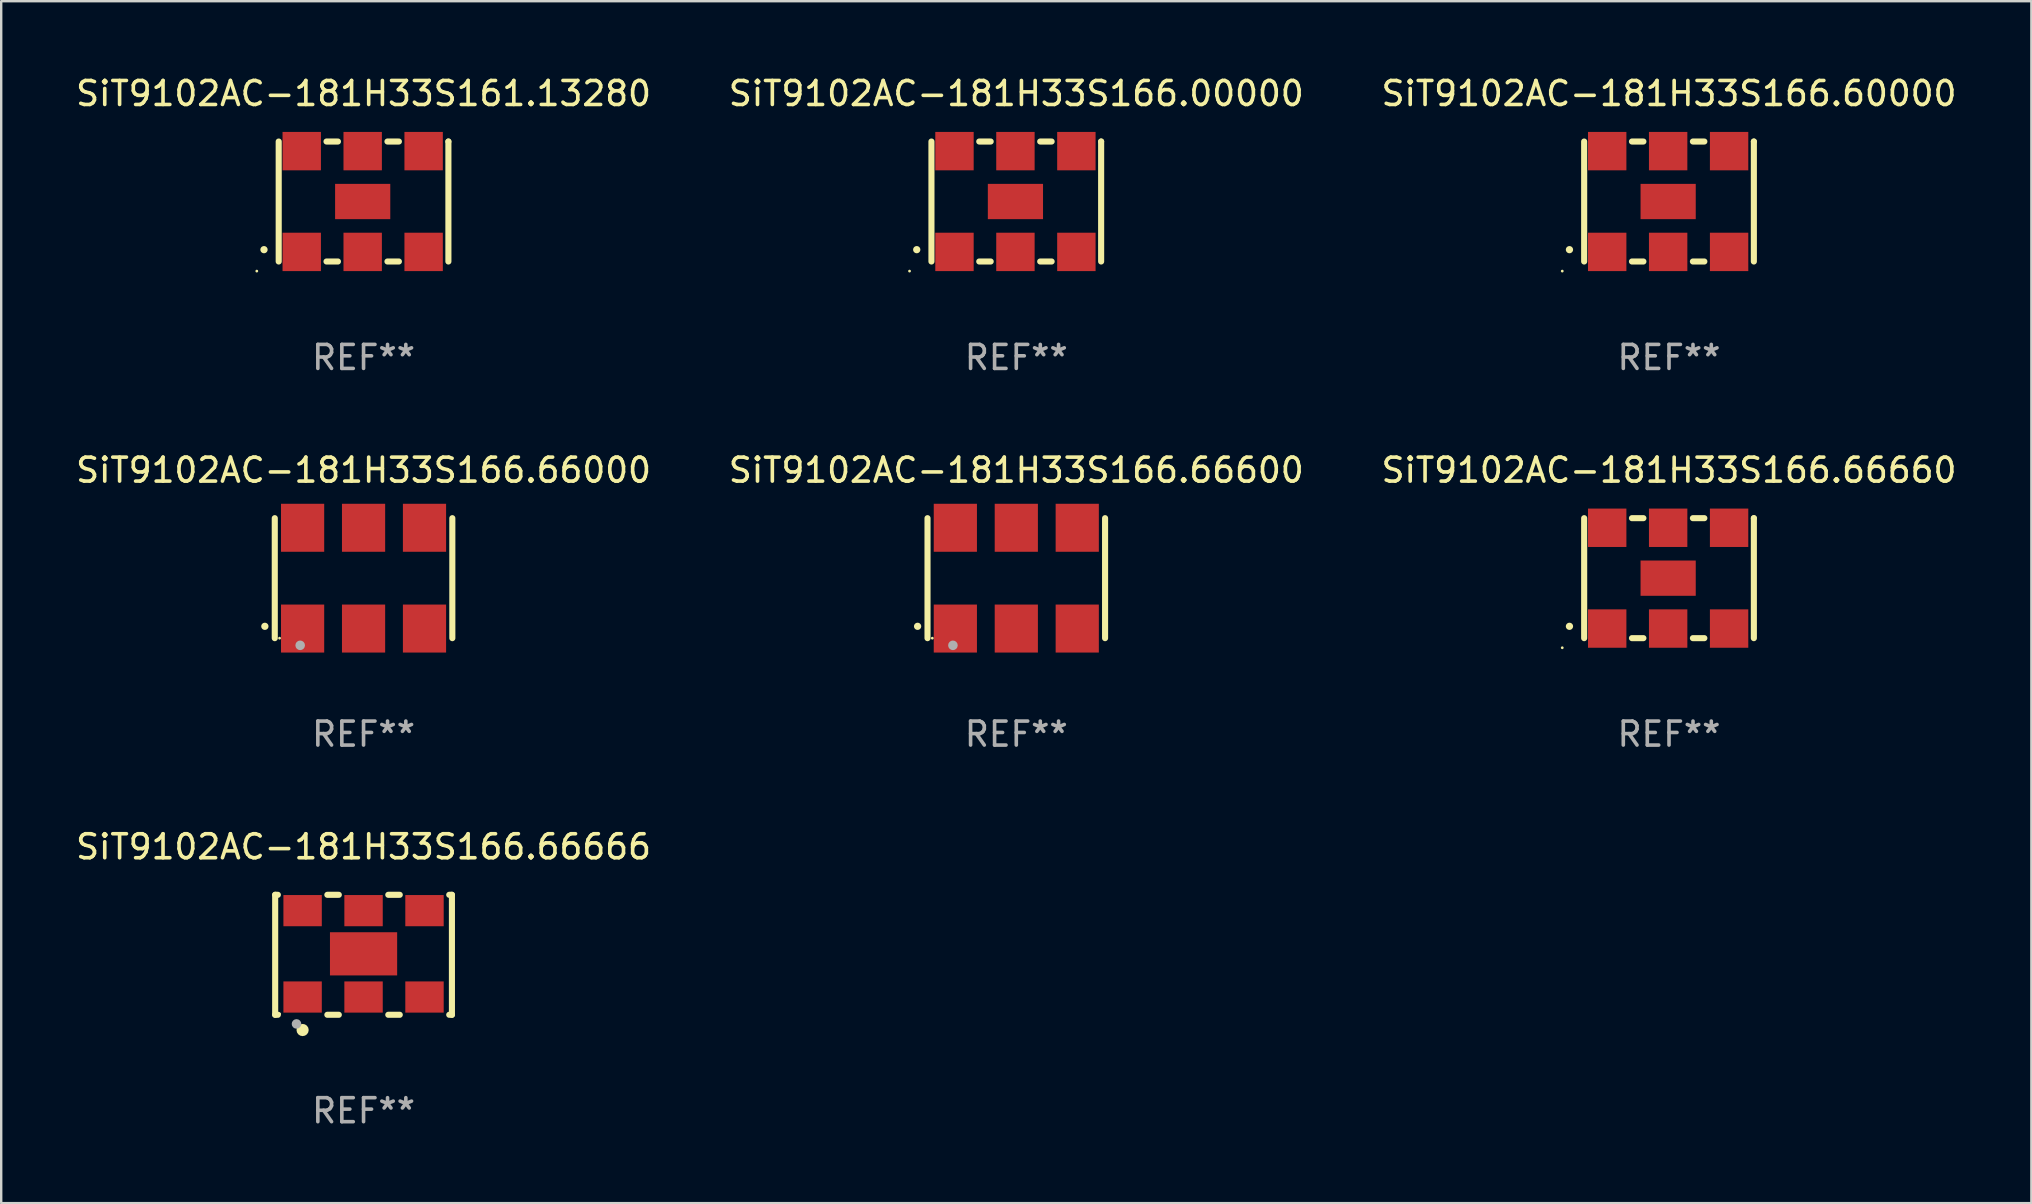
<source format=kicad_pcb>
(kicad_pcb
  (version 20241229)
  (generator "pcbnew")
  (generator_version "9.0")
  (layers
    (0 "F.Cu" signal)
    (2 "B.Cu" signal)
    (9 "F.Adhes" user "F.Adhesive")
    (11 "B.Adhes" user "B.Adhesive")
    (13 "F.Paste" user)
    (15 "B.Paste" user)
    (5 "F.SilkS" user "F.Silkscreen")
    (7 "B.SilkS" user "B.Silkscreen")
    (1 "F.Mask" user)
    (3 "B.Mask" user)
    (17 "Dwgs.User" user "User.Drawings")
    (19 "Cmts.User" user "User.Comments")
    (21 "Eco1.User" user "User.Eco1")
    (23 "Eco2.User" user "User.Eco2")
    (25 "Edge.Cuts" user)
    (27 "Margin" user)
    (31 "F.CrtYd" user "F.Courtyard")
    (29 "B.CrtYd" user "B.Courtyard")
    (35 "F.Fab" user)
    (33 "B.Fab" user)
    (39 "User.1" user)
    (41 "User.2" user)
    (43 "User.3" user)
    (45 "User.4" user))
  (footprint "SiT9102AC-181H33S161.13280"
    (layer "F.Cu")
    (at 12.101 5.348)
    (property "Reference" "SiT9102AC-181H33S161.13280" (at 0 -4.5 0) (layer "F.SilkS") (effects (font (size 1 1) (thickness 0.15))))
    (attr through_hole)
    (fp_line (start -3.536 -2.5) (end -3.536 2.5) (stroke (width 0.254) (type solid)) (layer "F.SilkS"))
    (fp_line (start -1.544 2.5) (end -1.067 2.5) (stroke (width 0.254) (type solid)) (layer "F.SilkS"))
    (fp_line (start -1.067 -2.5) (end -1.544 -2.5) (stroke (width 0.254) (type solid)) (layer "F.SilkS"))
    (fp_line (start 0.996 2.5) (end 1.473 2.5) (stroke (width 0.254) (type solid)) (layer "F.SilkS"))
    (fp_line (start 1.473 -2.5) (end 0.996 -2.5) (stroke (width 0.254) (type solid)) (layer "F.SilkS"))
    (fp_line (start 3.536 -2.5) (end 3.536 -2.5) (stroke (width 0.254) (type solid)) (layer "F.SilkS"))
    (fp_line (start 3.536 2.5) (end 3.536 -2.5) (stroke (width 0.254) (type solid)) (layer "F.SilkS"))
    (fp_arc (start -4.150432 2.006604) (mid -4.149162 2.006599) (end -4.147892 2.006604) (stroke (width 0.3) (type solid)) (layer "F.SilkS"))
    (fp_circle (center -4.449 2.9) (end -4.419 2.9) (stroke (width 0.06) (type solid)) (fill no) (layer "F.SilkS"))
    (fp_text user "REF**" (at 0 6.5 0) (layer "F.Fab") (effects (font (size 1 1) (thickness 0.15))))
    (pad "1" smd rect (at -2.576 2.1) (size 1.6 1.6) (layers "F.Cu" "F.Mask" "F.Paste"))
    (pad "2" smd rect (at -0.036 2.1) (size 1.6 1.6) (layers "F.Cu" "F.Mask" "F.Paste"))
    (pad "3" smd rect (at 2.504 2.1) (size 1.6 1.6) (layers "F.Cu" "F.Mask" "F.Paste"))
    (pad "4" smd rect (at 2.504 -2.1) (size 1.6 1.6) (layers "F.Cu" "F.Mask" "F.Paste"))
    (pad "5" smd rect (at -0.036 -2.1) (size 1.6 1.6) (layers "F.Cu" "F.Mask" "F.Paste"))
    (pad "6" smd rect (at -2.576 -2.1) (size 1.6 1.6) (layers "F.Cu" "F.Mask" "F.Paste"))
    (pad "7" smd rect (at -0.036 0) (size 2.3 1.47) (layers "F.Cu" "F.Mask" "F.Paste")))
  (footprint "SiT9102AC-181H33S166.60000"
    (layer "F.Cu")
    (at 66.506 5.348)
    (property "Reference" "SiT9102AC-181H33S166.60000" (at 0 -4.5 0) (layer "F.SilkS") (effects (font (size 1 1) (thickness 0.15))))
    (attr through_hole)
    (fp_line (start -3.536 -2.5) (end -3.536 2.5) (stroke (width 0.254) (type solid)) (layer "F.SilkS"))
    (fp_line (start -1.544 2.5) (end -1.067 2.5) (stroke (width 0.254) (type solid)) (layer "F.SilkS"))
    (fp_line (start -1.067 -2.5) (end -1.544 -2.5) (stroke (width 0.254) (type solid)) (layer "F.SilkS"))
    (fp_line (start 0.996 2.5) (end 1.473 2.5) (stroke (width 0.254) (type solid)) (layer "F.SilkS"))
    (fp_line (start 1.473 -2.5) (end 0.996 -2.5) (stroke (width 0.254) (type solid)) (layer "F.SilkS"))
    (fp_line (start 3.536 -2.5) (end 3.536 -2.5) (stroke (width 0.254) (type solid)) (layer "F.SilkS"))
    (fp_line (start 3.536 2.5) (end 3.536 -2.5) (stroke (width 0.254) (type solid)) (layer "F.SilkS"))
    (fp_arc (start -4.150432 2.006604) (mid -4.149162 2.006599) (end -4.147892 2.006604) (stroke (width 0.3) (type solid)) (layer "F.SilkS"))
    (fp_circle (center -4.449 2.9) (end -4.419 2.9) (stroke (width 0.06) (type solid)) (fill no) (layer "F.SilkS"))
    (fp_text user "REF**" (at 0 6.5 0) (layer "F.Fab") (effects (font (size 1 1) (thickness 0.15))))
    (pad "1" smd rect (at -2.576 2.1) (size 1.6 1.6) (layers "F.Cu" "F.Mask" "F.Paste"))
    (pad "2" smd rect (at -0.036 2.1) (size 1.6 1.6) (layers "F.Cu" "F.Mask" "F.Paste"))
    (pad "3" smd rect (at 2.504 2.1) (size 1.6 1.6) (layers "F.Cu" "F.Mask" "F.Paste"))
    (pad "4" smd rect (at 2.504 -2.1) (size 1.6 1.6) (layers "F.Cu" "F.Mask" "F.Paste"))
    (pad "5" smd rect (at -0.036 -2.1) (size 1.6 1.6) (layers "F.Cu" "F.Mask" "F.Paste"))
    (pad "6" smd rect (at -2.576 -2.1) (size 1.6 1.6) (layers "F.Cu" "F.Mask" "F.Paste"))
    (pad "7" smd rect (at -0.036 0) (size 2.3 1.47) (layers "F.Cu" "F.Mask" "F.Paste")))
  (footprint "SiT9102AC-181H33S166.66660"
    (layer "F.Cu")
    (at 66.506 21.045)
    (property "Reference" "SiT9102AC-181H33S166.66660" (at 0 -4.5 0) (layer "F.SilkS") (effects (font (size 1 1) (thickness 0.15))))
    (attr through_hole)
    (fp_line (start -3.536 -2.5) (end -3.536 2.5) (stroke (width 0.254) (type solid)) (layer "F.SilkS"))
    (fp_line (start -1.544 2.5) (end -1.067 2.5) (stroke (width 0.254) (type solid)) (layer "F.SilkS"))
    (fp_line (start -1.067 -2.5) (end -1.544 -2.5) (stroke (width 0.254) (type solid)) (layer "F.SilkS"))
    (fp_line (start 0.996 2.5) (end 1.473 2.5) (stroke (width 0.254) (type solid)) (layer "F.SilkS"))
    (fp_line (start 1.473 -2.5) (end 0.996 -2.5) (stroke (width 0.254) (type solid)) (layer "F.SilkS"))
    (fp_line (start 3.536 -2.5) (end 3.536 -2.5) (stroke (width 0.254) (type solid)) (layer "F.SilkS"))
    (fp_line (start 3.536 2.5) (end 3.536 -2.5) (stroke (width 0.254) (type solid)) (layer "F.SilkS"))
    (fp_arc (start -4.150432 2.006604) (mid -4.149162 2.006599) (end -4.147892 2.006604) (stroke (width 0.3) (type solid)) (layer "F.SilkS"))
    (fp_circle (center -4.449 2.9) (end -4.419 2.9) (stroke (width 0.06) (type solid)) (fill no) (layer "F.SilkS"))
    (fp_text user "REF**" (at 0 6.5 0) (layer "F.Fab") (effects (font (size 1 1) (thickness 0.15))))
    (pad "1" smd rect (at -2.576 2.1) (size 1.6 1.6) (layers "F.Cu" "F.Mask" "F.Paste"))
    (pad "2" smd rect (at -0.036 2.1) (size 1.6 1.6) (layers "F.Cu" "F.Mask" "F.Paste"))
    (pad "3" smd rect (at 2.504 2.1) (size 1.6 1.6) (layers "F.Cu" "F.Mask" "F.Paste"))
    (pad "4" smd rect (at 2.504 -2.1) (size 1.6 1.6) (layers "F.Cu" "F.Mask" "F.Paste"))
    (pad "5" smd rect (at -0.036 -2.1) (size 1.6 1.6) (layers "F.Cu" "F.Mask" "F.Paste"))
    (pad "6" smd rect (at -2.576 -2.1) (size 1.6 1.6) (layers "F.Cu" "F.Mask" "F.Paste"))
    (pad "7" smd rect (at -0.036 0) (size 2.3 1.47) (layers "F.Cu" "F.Mask" "F.Paste")))
  (footprint "SiT9102AC-181H33S166.66666"
    (layer "F.Cu")
    (at 12.101 36.741)
    (property "Reference" "SiT9102AC-181H33S166.66666" (at 0 -4.5 0) (layer "F.SilkS") (effects (font (size 1 1) (thickness 0.15))))
    (attr through_hole)
    (fp_line (start -3.683 -2.5) (end -3.571 -2.5) (stroke (width 0.254) (type solid)) (layer "F.SilkS"))
    (fp_line (start -3.683 2.5) (end -3.683 -2.5) (stroke (width 0.254) (type solid)) (layer "F.SilkS"))
    (fp_line (start -3.683 2.5) (end -3.571 2.5) (stroke (width 0.254) (type solid)) (layer "F.SilkS"))
    (fp_line (start -1.509 -2.5) (end -1.031 -2.5) (stroke (width 0.254) (type solid)) (layer "F.SilkS"))
    (fp_line (start -1.509 2.5) (end -1.031 2.5) (stroke (width 0.254) (type solid)) (layer "F.SilkS"))
    (fp_line (start 1.031 -2.5) (end 1.509 -2.5) (stroke (width 0.254) (type solid)) (layer "F.SilkS"))
    (fp_line (start 1.031 2.5) (end 1.509 2.5) (stroke (width 0.254) (type solid)) (layer "F.SilkS"))
    (fp_line (start 3.571 -2.5) (end 3.683 -2.5) (stroke (width 0.254) (type solid)) (layer "F.SilkS"))
    (fp_line (start 3.571 2.5) (end 3.683 2.5) (stroke (width 0.254) (type solid)) (layer "F.SilkS"))
    (fp_line (start 3.683 2.5) (end 3.683 -2.5) (stroke (width 0.254) (type solid)) (layer "F.SilkS"))
    (fp_circle (center -3.5 2.46) (end -3.47 2.46) (stroke (width 0.06) (type solid)) (fill no) (layer "F.SilkS"))
    (fp_circle (center -2.54 3.135) (end -2.413 3.135) (stroke (width 0.254) (type solid)) (fill no) (layer "F.SilkS"))
    (fp_circle (center -2.794 2.881) (end -2.694 2.881) (stroke (width 0.2) (type solid)) (fill no) (layer "F.Fab"))
    (fp_text user "REF**" (at 0 6.5 0) (layer "F.Fab") (effects (font (size 1 1) (thickness 0.15))))
    (pad "1" smd rect (at -2.54 1.76) (size 1.6 1.3) (layers "F.Cu" "F.Mask" "F.Paste"))
    (pad "2" smd rect (at 0 1.76) (size 1.6 1.3) (layers "F.Cu" "F.Mask" "F.Paste"))
    (pad "3" smd rect (at 2.54 1.76) (size 1.6 1.3) (layers "F.Cu" "F.Mask" "F.Paste"))
    (pad "4" smd rect (at 2.54 -1.84) (size 1.6 1.3) (layers "F.Cu" "F.Mask" "F.Paste"))
    (pad "5" smd rect (at 0 -1.84) (size 1.6 1.3) (layers "F.Cu" "F.Mask" "F.Paste"))
    (pad "6" smd rect (at -2.54 -1.84) (size 1.6 1.3) (layers "F.Cu" "F.Mask" "F.Paste"))
    (pad "7" smd rect (at 0 -0.04) (size 2.8 1.8) (layers "F.Cu" "F.Mask" "F.Paste")))
  (footprint "SiT9102AC-181H33S166.00000"
    (layer "F.Cu")
    (at 39.304 5.348)
    (property "Reference" "SiT9102AC-181H33S166.00000" (at 0 -4.5 0) (layer "F.SilkS") (effects (font (size 1 1) (thickness 0.15))))
    (attr through_hole)
    (fp_line (start -3.536 -2.5) (end -3.536 2.5) (stroke (width 0.254) (type solid)) (layer "F.SilkS"))
    (fp_line (start -1.544 2.5) (end -1.067 2.5) (stroke (width 0.254) (type solid)) (layer "F.SilkS"))
    (fp_line (start -1.067 -2.5) (end -1.544 -2.5) (stroke (width 0.254) (type solid)) (layer "F.SilkS"))
    (fp_line (start 0.996 2.5) (end 1.473 2.5) (stroke (width 0.254) (type solid)) (layer "F.SilkS"))
    (fp_line (start 1.473 -2.5) (end 0.996 -2.5) (stroke (width 0.254) (type solid)) (layer "F.SilkS"))
    (fp_line (start 3.536 -2.5) (end 3.536 -2.5) (stroke (width 0.254) (type solid)) (layer "F.SilkS"))
    (fp_line (start 3.536 2.5) (end 3.536 -2.5) (stroke (width 0.254) (type solid)) (layer "F.SilkS"))
    (fp_arc (start -4.150432 2.006604) (mid -4.149162 2.006599) (end -4.147892 2.006604) (stroke (width 0.3) (type solid)) (layer "F.SilkS"))
    (fp_circle (center -4.449 2.9) (end -4.419 2.9) (stroke (width 0.06) (type solid)) (fill no) (layer "F.SilkS"))
    (fp_text user "REF**" (at 0 6.5 0) (layer "F.Fab") (effects (font (size 1 1) (thickness 0.15))))
    (pad "1" smd rect (at -2.576 2.1) (size 1.6 1.6) (layers "F.Cu" "F.Mask" "F.Paste"))
    (pad "2" smd rect (at -0.036 2.1) (size 1.6 1.6) (layers "F.Cu" "F.Mask" "F.Paste"))
    (pad "3" smd rect (at 2.504 2.1) (size 1.6 1.6) (layers "F.Cu" "F.Mask" "F.Paste"))
    (pad "4" smd rect (at 2.504 -2.1) (size 1.6 1.6) (layers "F.Cu" "F.Mask" "F.Paste"))
    (pad "5" smd rect (at -0.036 -2.1) (size 1.6 1.6) (layers "F.Cu" "F.Mask" "F.Paste"))
    (pad "6" smd rect (at -2.576 -2.1) (size 1.6 1.6) (layers "F.Cu" "F.Mask" "F.Paste"))
    (pad "7" smd rect (at -0.036 0) (size 2.3 1.47) (layers "F.Cu" "F.Mask" "F.Paste")))
  (footprint "SiT9102AC-181H33S166.66000"
    (layer "F.Cu")
    (at 12.101 21.045)
    (property "Reference" "SiT9102AC-181H33S166.66000" (at 0 -4.5 0) (layer "F.SilkS") (effects (font (size 1 1) (thickness 0.15))))
    (attr through_hole)
    (fp_line (start -3.7 -2.5) (end -3.7 2.5) (stroke (width 0.254) (type solid)) (layer "F.SilkS"))
    (fp_line (start 3.7 -2.5) (end 3.7 2.5) (stroke (width 0.254) (type solid)) (layer "F.SilkS"))
    (fp_arc (start -4.114415 2.006604) (mid -4.113145 2.006599) (end -4.111875 2.006604) (stroke (width 0.3) (type solid)) (layer "F.SilkS"))
    (fp_circle (center -3.5 2.501) (end -3.47 2.501) (stroke (width 0.06) (type solid)) (fill no) (layer "F.SilkS"))
    (fp_circle (center -2.641 2.799) (end -2.541 2.799) (stroke (width 0.2) (type solid)) (fill no) (layer "F.Fab"))
    (fp_text user "REF**" (at 0 6.5 0) (layer "F.Fab") (effects (font (size 1 1) (thickness 0.15))))
    (pad "1" smd rect (at -2.54 2.1) (size 1.8 2) (layers "F.Cu" "F.Mask" "F.Paste"))
    (pad "2" smd rect (at 0.000394 2.1) (size 1.8 2) (layers "F.Cu" "F.Mask" "F.Paste"))
    (pad "3" smd rect (at 2.54 2.1) (size 1.8 2) (layers "F.Cu" "F.Mask" "F.Paste"))
    (pad "4" smd rect (at 2.54 -2.1) (size 1.8 2) (layers "F.Cu" "F.Mask" "F.Paste"))
    (pad "5" smd rect (at 0.000394 -2.1) (size 1.8 2) (layers "F.Cu" "F.Mask" "F.Paste"))
    (pad "6" smd rect (at -2.54 -2.1) (size 1.8 2) (layers "F.Cu" "F.Mask" "F.Paste")))
  (footprint "SiT9102AC-181H33S166.66600"
    (layer "F.Cu")
    (at 39.304 21.045)
    (property "Reference" "SiT9102AC-181H33S166.66600" (at 0 -4.5 0) (layer "F.SilkS") (effects (font (size 1 1) (thickness 0.15))))
    (attr through_hole)
    (fp_line (start -3.7 -2.5) (end -3.7 2.5) (stroke (width 0.254) (type solid)) (layer "F.SilkS"))
    (fp_line (start 3.7 -2.5) (end 3.7 2.5) (stroke (width 0.254) (type solid)) (layer "F.SilkS"))
    (fp_arc (start -4.114415 2.006604) (mid -4.113145 2.006599) (end -4.111875 2.006604) (stroke (width 0.3) (type solid)) (layer "F.SilkS"))
    (fp_circle (center -3.5 2.501) (end -3.47 2.501) (stroke (width 0.06) (type solid)) (fill no) (layer "F.SilkS"))
    (fp_circle (center -2.641 2.799) (end -2.541 2.799) (stroke (width 0.2) (type solid)) (fill no) (layer "F.Fab"))
    (fp_text user "REF**" (at 0 6.5 0) (layer "F.Fab") (effects (font (size 1 1) (thickness 0.15))))
    (pad "1" smd rect (at -2.54 2.1) (size 1.8 2) (layers "F.Cu" "F.Mask" "F.Paste"))
    (pad "2" smd rect (at 0.000394 2.1) (size 1.8 2) (layers "F.Cu" "F.Mask" "F.Paste"))
    (pad "3" smd rect (at 2.54 2.1) (size 1.8 2) (layers "F.Cu" "F.Mask" "F.Paste"))
    (pad "4" smd rect (at 2.54 -2.1) (size 1.8 2) (layers "F.Cu" "F.Mask" "F.Paste"))
    (pad "5" smd rect (at 0.000394 -2.1) (size 1.8 2) (layers "F.Cu" "F.Mask" "F.Paste"))
    (pad "6" smd rect (at -2.54 -2.1) (size 1.8 2) (layers "F.Cu" "F.Mask" "F.Paste")))
  (gr_rect
    (start -3 -3)
    (end 81.607 47.09)
    (stroke (width 0.1) (type default))
    (fill no)
    (layer "Edge.Cuts")))
</source>
